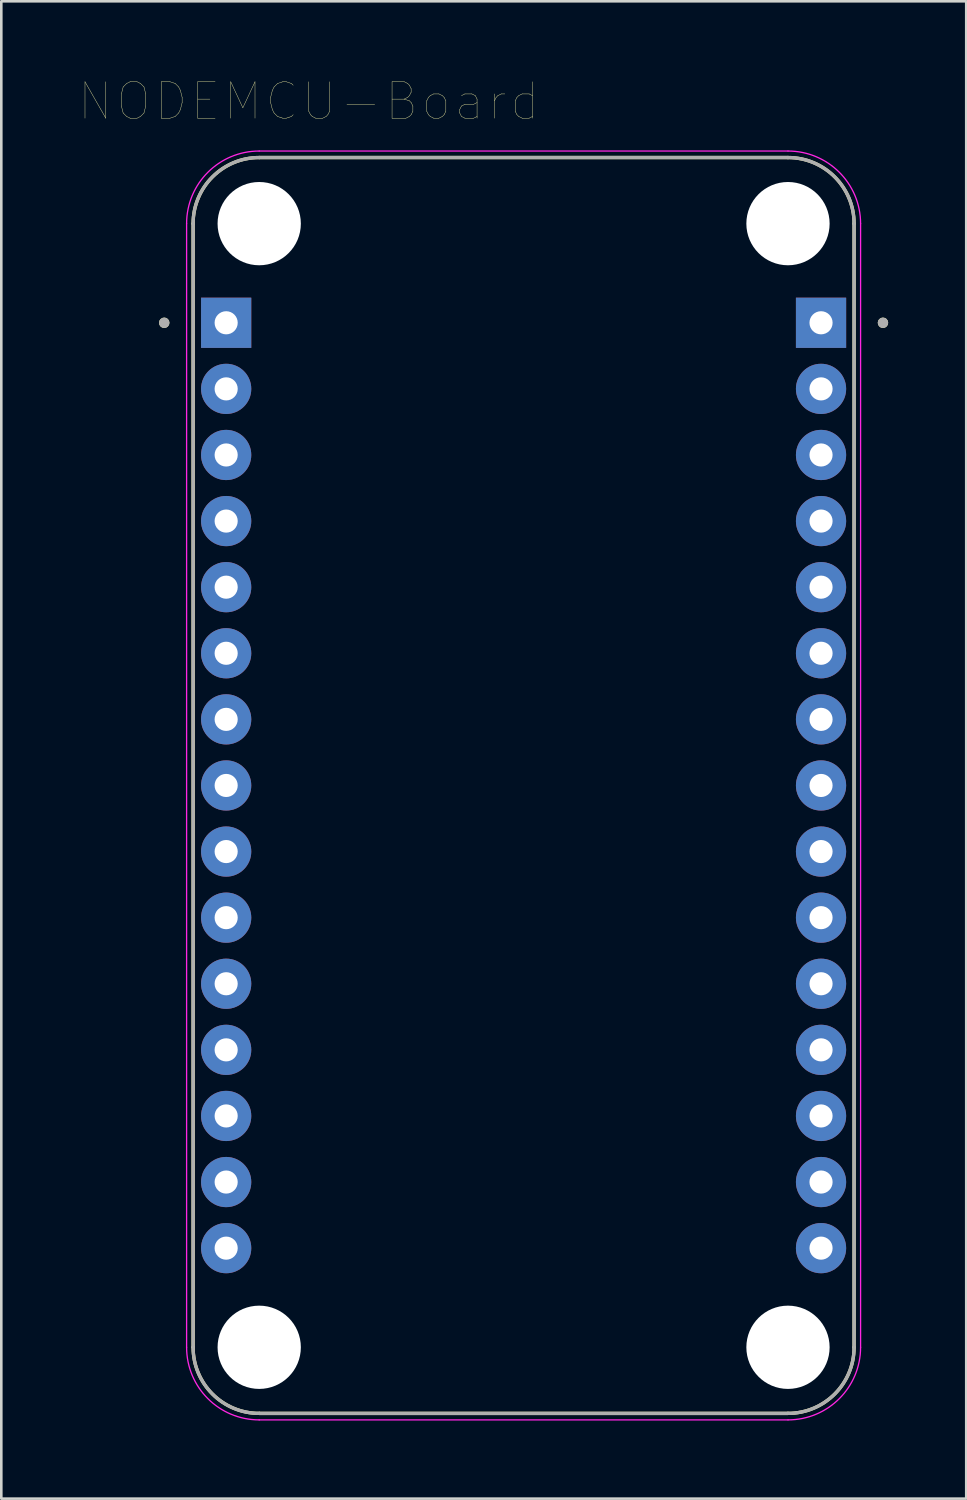
<source format=kicad_pcb>
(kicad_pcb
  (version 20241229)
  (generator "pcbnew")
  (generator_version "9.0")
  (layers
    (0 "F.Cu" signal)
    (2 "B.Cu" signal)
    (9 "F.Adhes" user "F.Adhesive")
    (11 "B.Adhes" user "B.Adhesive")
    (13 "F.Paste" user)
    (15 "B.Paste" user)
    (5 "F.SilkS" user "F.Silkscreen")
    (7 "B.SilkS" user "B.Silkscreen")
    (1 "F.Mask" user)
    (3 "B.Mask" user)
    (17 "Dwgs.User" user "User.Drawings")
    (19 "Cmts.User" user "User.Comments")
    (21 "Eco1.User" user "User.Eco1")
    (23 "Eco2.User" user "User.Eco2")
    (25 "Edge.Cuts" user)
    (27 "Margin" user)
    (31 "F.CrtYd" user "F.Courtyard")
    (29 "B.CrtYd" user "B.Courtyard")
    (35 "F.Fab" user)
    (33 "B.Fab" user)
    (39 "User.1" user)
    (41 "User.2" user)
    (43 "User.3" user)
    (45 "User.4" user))
  (footprint "NODEMCU-Board"
    (layer "F.Cu")
    (at 17.071 27.134)
    (property "Reference" "NODEMCU-Board" (at -8.255 -26.289 0) (layer "F.SilkS") (effects (font (size 1.4 1.4) (thickness 0.015))))
    (attr through_hole)
    (fp_line (start -12.7 21.59) (end -12.7 -21.59) (stroke (width 0.127) (type solid)) (layer "F.SilkS"))
    (fp_line (start -10.16 -24.13) (end 10.16 -24.13) (stroke (width 0.127) (type solid)) (layer "F.SilkS"))
    (fp_line (start 10.16 24.13) (end -10.16 24.13) (stroke (width 0.127) (type solid)) (layer "F.SilkS"))
    (fp_line (start 12.7 -21.59) (end 12.7 21.59) (stroke (width 0.127) (type solid)) (layer "F.SilkS"))
    (fp_arc (start -12.7 -21.59) (mid -11.956051 -23.386051) (end -10.16 -24.13) (stroke (width 0.127) (type solid)) (layer "F.SilkS"))
    (fp_arc (start -10.16 24.13) (mid -11.956051 23.386051) (end -12.7 21.59) (stroke (width 0.127) (type solid)) (layer "F.SilkS"))
    (fp_arc (start 10.16 -24.13) (mid 11.956051 -23.386051) (end 12.7 -21.59) (stroke (width 0.127) (type solid)) (layer "F.SilkS"))
    (fp_arc (start 12.7 21.59) (mid 11.956051 23.386051) (end 10.16 24.13) (stroke (width 0.127) (type solid)) (layer "F.SilkS"))
    (fp_circle (center -13.81 -17.78) (end -13.71 -17.78) (stroke (width 0.2) (type solid)) (fill no) (layer "F.SilkS"))
    (fp_circle (center 13.81 -17.78) (end 13.91 -17.78) (stroke (width 0.2) (type solid)) (fill no) (layer "F.SilkS"))
    (fp_line (start -12.95 21.59) (end -12.95 -21.59) (stroke (width 0.05) (type solid)) (layer "F.CrtYd"))
    (fp_line (start -10.16 -24.38) (end 10.16 -24.38) (stroke (width 0.05) (type solid)) (layer "F.CrtYd"))
    (fp_line (start 10.16 24.38) (end -10.16 24.38) (stroke (width 0.05) (type solid)) (layer "F.CrtYd"))
    (fp_line (start 12.95 -21.59) (end 12.95 21.59) (stroke (width 0.05) (type solid)) (layer "F.CrtYd"))
    (fp_arc (start -12.95 -21.59) (mid -12.132828 -23.562828) (end -10.16 -24.38) (stroke (width 0.05) (type solid)) (layer "F.CrtYd"))
    (fp_arc (start -10.16 24.38) (mid -12.132828 23.562828) (end -12.95 21.59) (stroke (width 0.05) (type solid)) (layer "F.CrtYd"))
    (fp_arc (start 10.16 -24.38) (mid 12.132828 -23.562828) (end 12.95 -21.59) (stroke (width 0.05) (type solid)) (layer "F.CrtYd"))
    (fp_arc (start 12.95 21.59) (mid 12.132828 23.562828) (end 10.16 24.38) (stroke (width 0.05) (type solid)) (layer "F.CrtYd"))
    (fp_line (start -12.7 21.59) (end -12.7 -21.59) (stroke (width 0.127) (type solid)) (layer "F.Fab"))
    (fp_line (start -10.16 -24.13) (end 10.16 -24.13) (stroke (width 0.127) (type solid)) (layer "F.Fab"))
    (fp_line (start 10.16 24.13) (end -10.16 24.13) (stroke (width 0.127) (type solid)) (layer "F.Fab"))
    (fp_line (start 12.7 -21.59) (end 12.7 21.59) (stroke (width 0.127) (type solid)) (layer "F.Fab"))
    (fp_arc (start -12.7 -21.59) (mid -11.956051 -23.386051) (end -10.16 -24.13) (stroke (width 0.127) (type solid)) (layer "F.Fab"))
    (fp_arc (start -10.16 24.13) (mid -11.956051 23.386051) (end -12.7 21.59) (stroke (width 0.127) (type solid)) (layer "F.Fab"))
    (fp_arc (start 10.16 -24.13) (mid 11.956051 -23.386051) (end 12.7 -21.59) (stroke (width 0.127) (type solid)) (layer "F.Fab"))
    (fp_arc (start 12.7 21.59) (mid 11.956051 23.386051) (end 10.16 24.13) (stroke (width 0.127) (type solid)) (layer "F.Fab"))
    (fp_circle (center -13.81 -17.78) (end -13.71 -17.78) (stroke (width 0.2) (type solid)) (fill no) (layer "F.Fab"))
    (fp_circle (center 13.81 -17.78) (end 13.91 -17.78) (stroke (width 0.2) (type solid)) (fill no) (layer "F.Fab"))
    (pad "" np_thru_hole circle (at -10.16 -21.59) (size 3.2 3.2) (drill 3.2) (layers "*.Cu" "*.Mask"))
    (pad "" np_thru_hole circle (at -10.16 21.59) (size 3.2 3.2) (drill 3.2) (layers "*.Cu" "*.Mask"))
    (pad "" np_thru_hole circle (at 10.16 -21.59) (size 3.2 3.2) (drill 3.2) (layers "*.Cu" "*.Mask"))
    (pad "" np_thru_hole circle (at 10.16 21.59) (size 3.2 3.2) (drill 3.2) (layers "*.Cu" "*.Mask"))
    (pad "1" thru_hole rect (at -11.43 -17.78) (size 1.93 1.93) (drill 0.889) (layers "*.Cu" "*.Mask"))
    (pad "2" thru_hole circle (at -11.43 -15.24) (size 1.93 1.93) (drill 0.889) (layers "*.Cu" "*.Mask"))
    (pad "3" thru_hole circle (at -11.43 -12.7) (size 1.93 1.93) (drill 0.889) (layers "*.Cu" "*.Mask"))
    (pad "4" thru_hole circle (at -11.43 -10.16) (size 1.93 1.93) (drill 0.889) (layers "*.Cu" "*.Mask"))
    (pad "5" thru_hole circle (at -11.43 -7.62) (size 1.93 1.93) (drill 0.889) (layers "*.Cu" "*.Mask"))
    (pad "6" thru_hole circle (at -11.43 -5.08) (size 1.93 1.93) (drill 0.889) (layers "*.Cu" "*.Mask"))
    (pad "7" thru_hole circle (at -11.43 -2.54) (size 1.93 1.93) (drill 0.889) (layers "*.Cu" "*.Mask"))
    (pad "8" thru_hole circle (at -11.43 0) (size 1.93 1.93) (drill 0.889) (layers "*.Cu" "*.Mask"))
    (pad "9" thru_hole circle (at -11.43 2.54) (size 1.93 1.93) (drill 0.889) (layers "*.Cu" "*.Mask"))
    (pad "10" thru_hole circle (at -11.43 5.08) (size 1.93 1.93) (drill 0.889) (layers "*.Cu" "*.Mask"))
    (pad "11" thru_hole circle (at -11.43 7.62) (size 1.93 1.93) (drill 0.889) (layers "*.Cu" "*.Mask"))
    (pad "12" thru_hole circle (at -11.43 10.16) (size 1.93 1.93) (drill 0.889) (layers "*.Cu" "*.Mask"))
    (pad "13" thru_hole circle (at -11.43 12.7) (size 1.93 1.93) (drill 0.889) (layers "*.Cu" "*.Mask"))
    (pad "14" thru_hole circle (at -11.43 15.24) (size 1.93 1.93) (drill 0.889) (layers "*.Cu" "*.Mask"))
    (pad "15" thru_hole circle (at -11.43 17.78) (size 1.93 1.93) (drill 0.889) (layers "*.Cu" "*.Mask"))
    (pad "16" thru_hole circle (at 11.43 17.78) (size 1.93 1.93) (drill 0.889) (layers "*.Cu" "*.Mask"))
    (pad "17" thru_hole circle (at 11.43 15.24) (size 1.93 1.93) (drill 0.889) (layers "*.Cu" "*.Mask"))
    (pad "18" thru_hole circle (at 11.43 12.7) (size 1.93 1.93) (drill 0.889) (layers "*.Cu" "*.Mask"))
    (pad "19" thru_hole circle (at 11.43 10.16) (size 1.93 1.93) (drill 0.889) (layers "*.Cu" "*.Mask"))
    (pad "20" thru_hole circle (at 11.43 7.62) (size 1.93 1.93) (drill 0.889) (layers "*.Cu" "*.Mask"))
    (pad "21" thru_hole circle (at 11.43 5.08) (size 1.93 1.93) (drill 0.889) (layers "*.Cu" "*.Mask"))
    (pad "22" thru_hole circle (at 11.43 2.54) (size 1.93 1.93) (drill 0.889) (layers "*.Cu" "*.Mask"))
    (pad "23" thru_hole circle (at 11.43 0) (size 1.93 1.93) (drill 0.889) (layers "*.Cu" "*.Mask"))
    (pad "24" thru_hole circle (at 11.43 -2.54) (size 1.93 1.93) (drill 0.889) (layers "*.Cu" "*.Mask"))
    (pad "25" thru_hole circle (at 11.43 -5.08) (size 1.93 1.93) (drill 0.889) (layers "*.Cu" "*.Mask"))
    (pad "26" thru_hole circle (at 11.43 -7.62) (size 1.93 1.93) (drill 0.889) (layers "*.Cu" "*.Mask"))
    (pad "27" thru_hole circle (at 11.43 -10.16) (size 1.93 1.93) (drill 0.889) (layers "*.Cu" "*.Mask"))
    (pad "28" thru_hole circle (at 11.43 -12.7) (size 1.93 1.93) (drill 0.889) (layers "*.Cu" "*.Mask"))
    (pad "29" thru_hole circle (at 11.43 -15.24) (size 1.93 1.93) (drill 0.889) (layers "*.Cu" "*.Mask"))
    (pad "30" thru_hole rect (at 11.43 -17.78) (size 1.93 1.93) (drill 0.889) (layers "*.Cu" "*.Mask")))
  (gr_rect
    (start -3 -3)
    (end 34.081 54.539)
    (stroke (width 0.1) (type default))
    (fill no)
    (layer "Edge.Cuts")))
</source>
